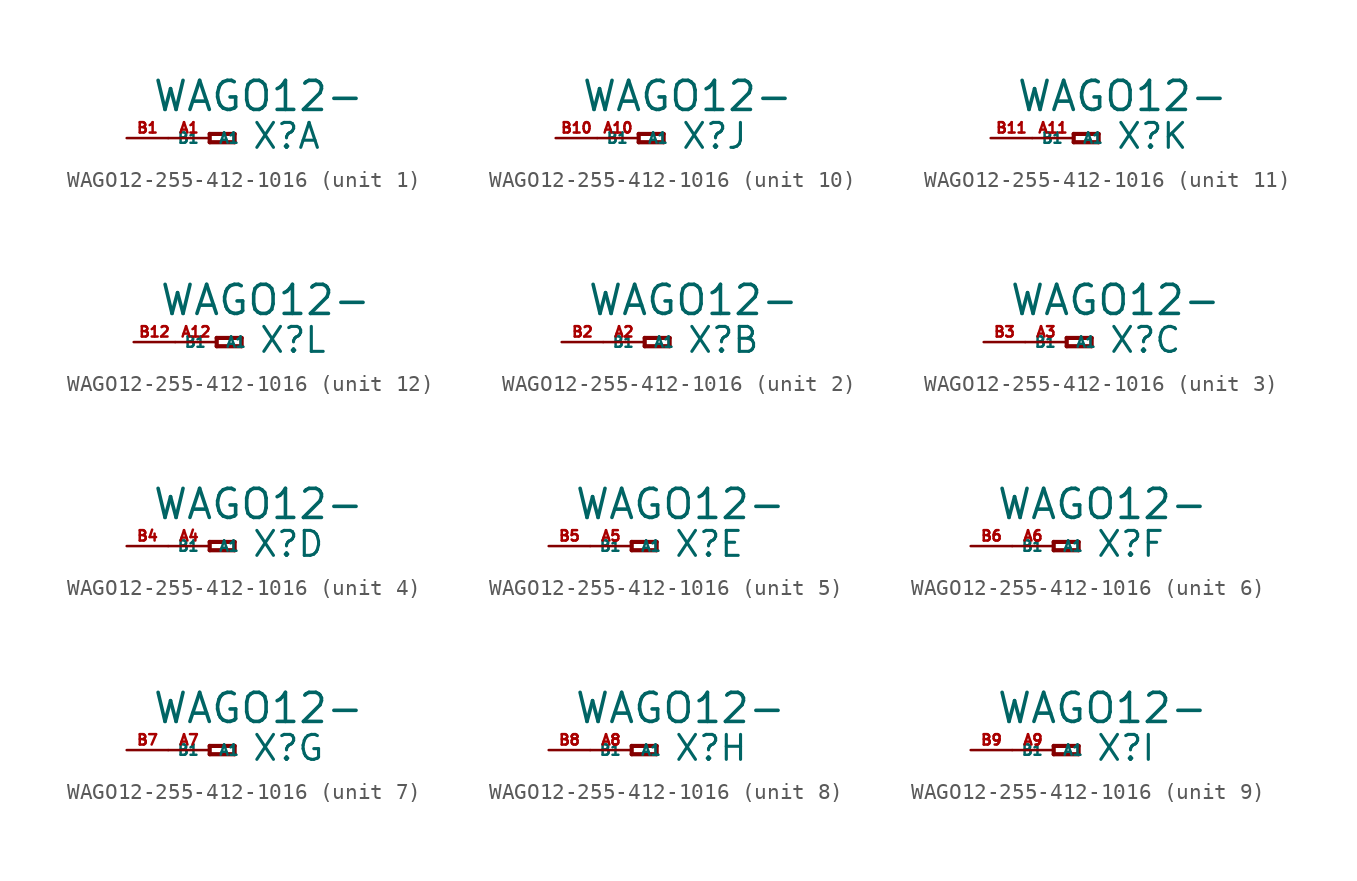
<source format=kicad_sym>
(kicad_symbol_lib
  (version 20220914)
  (generator Eagle2Kicad)
  (symbol "WAGO12-255-412-1016"
    (property "Reference" "X"
      (at 2.54 -0.762 0)
      (effects (font (size 1.524 1.524) (thickness 0.19)) (justify left bottom)))
    (property "Value" "WAGO12-"
      (at -3.556 1.524 0)
      (effects (font (size 1.778 1.778) (thickness 0.22)) (justify left bottom)))
    (symbol "WAGO12-255-412-1016_1_0"
      (polyline (pts (xy 0 0.254) (xy 0 -0.254)) (stroke (width 0.254) (type default)) (fill (type none)))
      (polyline (pts (xy 0 -0.254) (xy 1.524 -0.254)) (stroke (width 0.254) (type default)) (fill (type none)))
      (polyline (pts (xy 1.524 -0.254) (xy 1.524 0.254)) (stroke (width 0.254) (type default)) (fill (type none)))
      (polyline (pts (xy 1.524 0.254) (xy 0 0.254)) (stroke (width 0.254) (type default)) (fill (type none)))
      (pin passive line (at -2.54 0 0) (length 2.54) (name "A1" (effects (font (size 0.635 0.635) (thickness 0.08)) (justify left bottom))) (number "A1" (effects (font (size 0.635 0.635) (thickness 0.08)) (justify left bottom))))
      (pin passive line (at -5.08 0 0) (length 2.54) (name "B1" (effects (font (size 0.635 0.635) (thickness 0.08)) (justify left bottom))) (number "B1" (effects (font (size 0.635 0.635) (thickness 0.08)) (justify left bottom)))))
    (symbol "WAGO12-255-412-1016_2_0"
      (polyline (pts (xy 0 0.254) (xy 0 -0.254)) (stroke (width 0.254) (type default)) (fill (type none)))
      (polyline (pts (xy 0 -0.254) (xy 1.524 -0.254)) (stroke (width 0.254) (type default)) (fill (type none)))
      (polyline (pts (xy 1.524 -0.254) (xy 1.524 0.254)) (stroke (width 0.254) (type default)) (fill (type none)))
      (polyline (pts (xy 1.524 0.254) (xy 0 0.254)) (stroke (width 0.254) (type default)) (fill (type none)))
      (pin passive line (at -2.54 0 0) (length 2.54) (name "A1" (effects (font (size 0.635 0.635) (thickness 0.08)) (justify left bottom))) (number "A2" (effects (font (size 0.635 0.635) (thickness 0.08)) (justify left bottom))))
      (pin passive line (at -5.08 0 0) (length 2.54) (name "B1" (effects (font (size 0.635 0.635) (thickness 0.08)) (justify left bottom))) (number "B2" (effects (font (size 0.635 0.635) (thickness 0.08)) (justify left bottom)))))
    (symbol "WAGO12-255-412-1016_3_0"
      (polyline (pts (xy 0 0.254) (xy 0 -0.254)) (stroke (width 0.254) (type default)) (fill (type none)))
      (polyline (pts (xy 0 -0.254) (xy 1.524 -0.254)) (stroke (width 0.254) (type default)) (fill (type none)))
      (polyline (pts (xy 1.524 -0.254) (xy 1.524 0.254)) (stroke (width 0.254) (type default)) (fill (type none)))
      (polyline (pts (xy 1.524 0.254) (xy 0 0.254)) (stroke (width 0.254) (type default)) (fill (type none)))
      (pin passive line (at -2.54 0 0) (length 2.54) (name "A1" (effects (font (size 0.635 0.635) (thickness 0.08)) (justify left bottom))) (number "A3" (effects (font (size 0.635 0.635) (thickness 0.08)) (justify left bottom))))
      (pin passive line (at -5.08 0 0) (length 2.54) (name "B1" (effects (font (size 0.635 0.635) (thickness 0.08)) (justify left bottom))) (number "B3" (effects (font (size 0.635 0.635) (thickness 0.08)) (justify left bottom)))))
    (symbol "WAGO12-255-412-1016_4_0"
      (polyline (pts (xy 0 0.254) (xy 0 -0.254)) (stroke (width 0.254) (type default)) (fill (type none)))
      (polyline (pts (xy 0 -0.254) (xy 1.524 -0.254)) (stroke (width 0.254) (type default)) (fill (type none)))
      (polyline (pts (xy 1.524 -0.254) (xy 1.524 0.254)) (stroke (width 0.254) (type default)) (fill (type none)))
      (polyline (pts (xy 1.524 0.254) (xy 0 0.254)) (stroke (width 0.254) (type default)) (fill (type none)))
      (pin passive line (at -2.54 0 0) (length 2.54) (name "A1" (effects (font (size 0.635 0.635) (thickness 0.08)) (justify left bottom))) (number "A4" (effects (font (size 0.635 0.635) (thickness 0.08)) (justify left bottom))))
      (pin passive line (at -5.08 0 0) (length 2.54) (name "B1" (effects (font (size 0.635 0.635) (thickness 0.08)) (justify left bottom))) (number "B4" (effects (font (size 0.635 0.635) (thickness 0.08)) (justify left bottom)))))
    (symbol "WAGO12-255-412-1016_5_0"
      (polyline (pts (xy 0 0.254) (xy 0 -0.254)) (stroke (width 0.254) (type default)) (fill (type none)))
      (polyline (pts (xy 0 -0.254) (xy 1.524 -0.254)) (stroke (width 0.254) (type default)) (fill (type none)))
      (polyline (pts (xy 1.524 -0.254) (xy 1.524 0.254)) (stroke (width 0.254) (type default)) (fill (type none)))
      (polyline (pts (xy 1.524 0.254) (xy 0 0.254)) (stroke (width 0.254) (type default)) (fill (type none)))
      (pin passive line (at -2.54 0 0) (length 2.54) (name "A1" (effects (font (size 0.635 0.635) (thickness 0.08)) (justify left bottom))) (number "A5" (effects (font (size 0.635 0.635) (thickness 0.08)) (justify left bottom))))
      (pin passive line (at -5.08 0 0) (length 2.54) (name "B1" (effects (font (size 0.635 0.635) (thickness 0.08)) (justify left bottom))) (number "B5" (effects (font (size 0.635 0.635) (thickness 0.08)) (justify left bottom)))))
    (symbol "WAGO12-255-412-1016_6_0"
      (polyline (pts (xy 0 0.254) (xy 0 -0.254)) (stroke (width 0.254) (type default)) (fill (type none)))
      (polyline (pts (xy 0 -0.254) (xy 1.524 -0.254)) (stroke (width 0.254) (type default)) (fill (type none)))
      (polyline (pts (xy 1.524 -0.254) (xy 1.524 0.254)) (stroke (width 0.254) (type default)) (fill (type none)))
      (polyline (pts (xy 1.524 0.254) (xy 0 0.254)) (stroke (width 0.254) (type default)) (fill (type none)))
      (pin passive line (at -2.54 0 0) (length 2.54) (name "A1" (effects (font (size 0.635 0.635) (thickness 0.08)) (justify left bottom))) (number "A6" (effects (font (size 0.635 0.635) (thickness 0.08)) (justify left bottom))))
      (pin passive line (at -5.08 0 0) (length 2.54) (name "B1" (effects (font (size 0.635 0.635) (thickness 0.08)) (justify left bottom))) (number "B6" (effects (font (size 0.635 0.635) (thickness 0.08)) (justify left bottom)))))
    (symbol "WAGO12-255-412-1016_7_0"
      (polyline (pts (xy 0 0.254) (xy 0 -0.254)) (stroke (width 0.254) (type default)) (fill (type none)))
      (polyline (pts (xy 0 -0.254) (xy 1.524 -0.254)) (stroke (width 0.254) (type default)) (fill (type none)))
      (polyline (pts (xy 1.524 -0.254) (xy 1.524 0.254)) (stroke (width 0.254) (type default)) (fill (type none)))
      (polyline (pts (xy 1.524 0.254) (xy 0 0.254)) (stroke (width 0.254) (type default)) (fill (type none)))
      (pin passive line (at -2.54 0 0) (length 2.54) (name "A1" (effects (font (size 0.635 0.635) (thickness 0.08)) (justify left bottom))) (number "A7" (effects (font (size 0.635 0.635) (thickness 0.08)) (justify left bottom))))
      (pin passive line (at -5.08 0 0) (length 2.54) (name "B1" (effects (font (size 0.635 0.635) (thickness 0.08)) (justify left bottom))) (number "B7" (effects (font (size 0.635 0.635) (thickness 0.08)) (justify left bottom)))))
    (symbol "WAGO12-255-412-1016_8_0"
      (polyline (pts (xy 0 0.254) (xy 0 -0.254)) (stroke (width 0.254) (type default)) (fill (type none)))
      (polyline (pts (xy 0 -0.254) (xy 1.524 -0.254)) (stroke (width 0.254) (type default)) (fill (type none)))
      (polyline (pts (xy 1.524 -0.254) (xy 1.524 0.254)) (stroke (width 0.254) (type default)) (fill (type none)))
      (polyline (pts (xy 1.524 0.254) (xy 0 0.254)) (stroke (width 0.254) (type default)) (fill (type none)))
      (pin passive line (at -2.54 0 0) (length 2.54) (name "A1" (effects (font (size 0.635 0.635) (thickness 0.08)) (justify left bottom))) (number "A8" (effects (font (size 0.635 0.635) (thickness 0.08)) (justify left bottom))))
      (pin passive line (at -5.08 0 0) (length 2.54) (name "B1" (effects (font (size 0.635 0.635) (thickness 0.08)) (justify left bottom))) (number "B8" (effects (font (size 0.635 0.635) (thickness 0.08)) (justify left bottom)))))
    (symbol "WAGO12-255-412-1016_9_0"
      (polyline (pts (xy 0 0.254) (xy 0 -0.254)) (stroke (width 0.254) (type default)) (fill (type none)))
      (polyline (pts (xy 0 -0.254) (xy 1.524 -0.254)) (stroke (width 0.254) (type default)) (fill (type none)))
      (polyline (pts (xy 1.524 -0.254) (xy 1.524 0.254)) (stroke (width 0.254) (type default)) (fill (type none)))
      (polyline (pts (xy 1.524 0.254) (xy 0 0.254)) (stroke (width 0.254) (type default)) (fill (type none)))
      (pin passive line (at -2.54 0 0) (length 2.54) (name "A1" (effects (font (size 0.635 0.635) (thickness 0.08)) (justify left bottom))) (number "A9" (effects (font (size 0.635 0.635) (thickness 0.08)) (justify left bottom))))
      (pin passive line (at -5.08 0 0) (length 2.54) (name "B1" (effects (font (size 0.635 0.635) (thickness 0.08)) (justify left bottom))) (number "B9" (effects (font (size 0.635 0.635) (thickness 0.08)) (justify left bottom)))))
    (symbol "WAGO12-255-412-1016_10_0"
      (polyline (pts (xy 0 0.254) (xy 0 -0.254)) (stroke (width 0.254) (type default)) (fill (type none)))
      (polyline (pts (xy 0 -0.254) (xy 1.524 -0.254)) (stroke (width 0.254) (type default)) (fill (type none)))
      (polyline (pts (xy 1.524 -0.254) (xy 1.524 0.254)) (stroke (width 0.254) (type default)) (fill (type none)))
      (polyline (pts (xy 1.524 0.254) (xy 0 0.254)) (stroke (width 0.254) (type default)) (fill (type none)))
      (pin passive line (at -2.54 0 0) (length 2.54) (name "A1" (effects (font (size 0.635 0.635) (thickness 0.08)) (justify left bottom))) (number "A10" (effects (font (size 0.635 0.635) (thickness 0.08)) (justify left bottom))))
      (pin passive line (at -5.08 0 0) (length 2.54) (name "B1" (effects (font (size 0.635 0.635) (thickness 0.08)) (justify left bottom))) (number "B10" (effects (font (size 0.635 0.635) (thickness 0.08)) (justify left bottom)))))
    (symbol "WAGO12-255-412-1016_11_0"
      (polyline (pts (xy 0 0.254) (xy 0 -0.254)) (stroke (width 0.254) (type default)) (fill (type none)))
      (polyline (pts (xy 0 -0.254) (xy 1.524 -0.254)) (stroke (width 0.254) (type default)) (fill (type none)))
      (polyline (pts (xy 1.524 -0.254) (xy 1.524 0.254)) (stroke (width 0.254) (type default)) (fill (type none)))
      (polyline (pts (xy 1.524 0.254) (xy 0 0.254)) (stroke (width 0.254) (type default)) (fill (type none)))
      (pin passive line (at -2.54 0 0) (length 2.54) (name "A1" (effects (font (size 0.635 0.635) (thickness 0.08)) (justify left bottom))) (number "A11" (effects (font (size 0.635 0.635) (thickness 0.08)) (justify left bottom))))
      (pin passive line (at -5.08 0 0) (length 2.54) (name "B1" (effects (font (size 0.635 0.635) (thickness 0.08)) (justify left bottom))) (number "B11" (effects (font (size 0.635 0.635) (thickness 0.08)) (justify left bottom)))))
    (symbol "WAGO12-255-412-1016_12_0"
      (polyline (pts (xy 0 0.254) (xy 0 -0.254)) (stroke (width 0.254) (type default)) (fill (type none)))
      (polyline (pts (xy 0 -0.254) (xy 1.524 -0.254)) (stroke (width 0.254) (type default)) (fill (type none)))
      (polyline (pts (xy 1.524 -0.254) (xy 1.524 0.254)) (stroke (width 0.254) (type default)) (fill (type none)))
      (polyline (pts (xy 1.524 0.254) (xy 0 0.254)) (stroke (width 0.254) (type default)) (fill (type none)))
      (pin passive line (at -2.54 0 0) (length 2.54) (name "A1" (effects (font (size 0.635 0.635) (thickness 0.08)) (justify left bottom))) (number "A12" (effects (font (size 0.635 0.635) (thickness 0.08)) (justify left bottom))))
      (pin passive line (at -5.08 0 0) (length 2.54) (name "B1" (effects (font (size 0.635 0.635) (thickness 0.08)) (justify left bottom))) (number "B12" (effects (font (size 0.635 0.635) (thickness 0.08)) (justify left bottom)))))))
</source>
